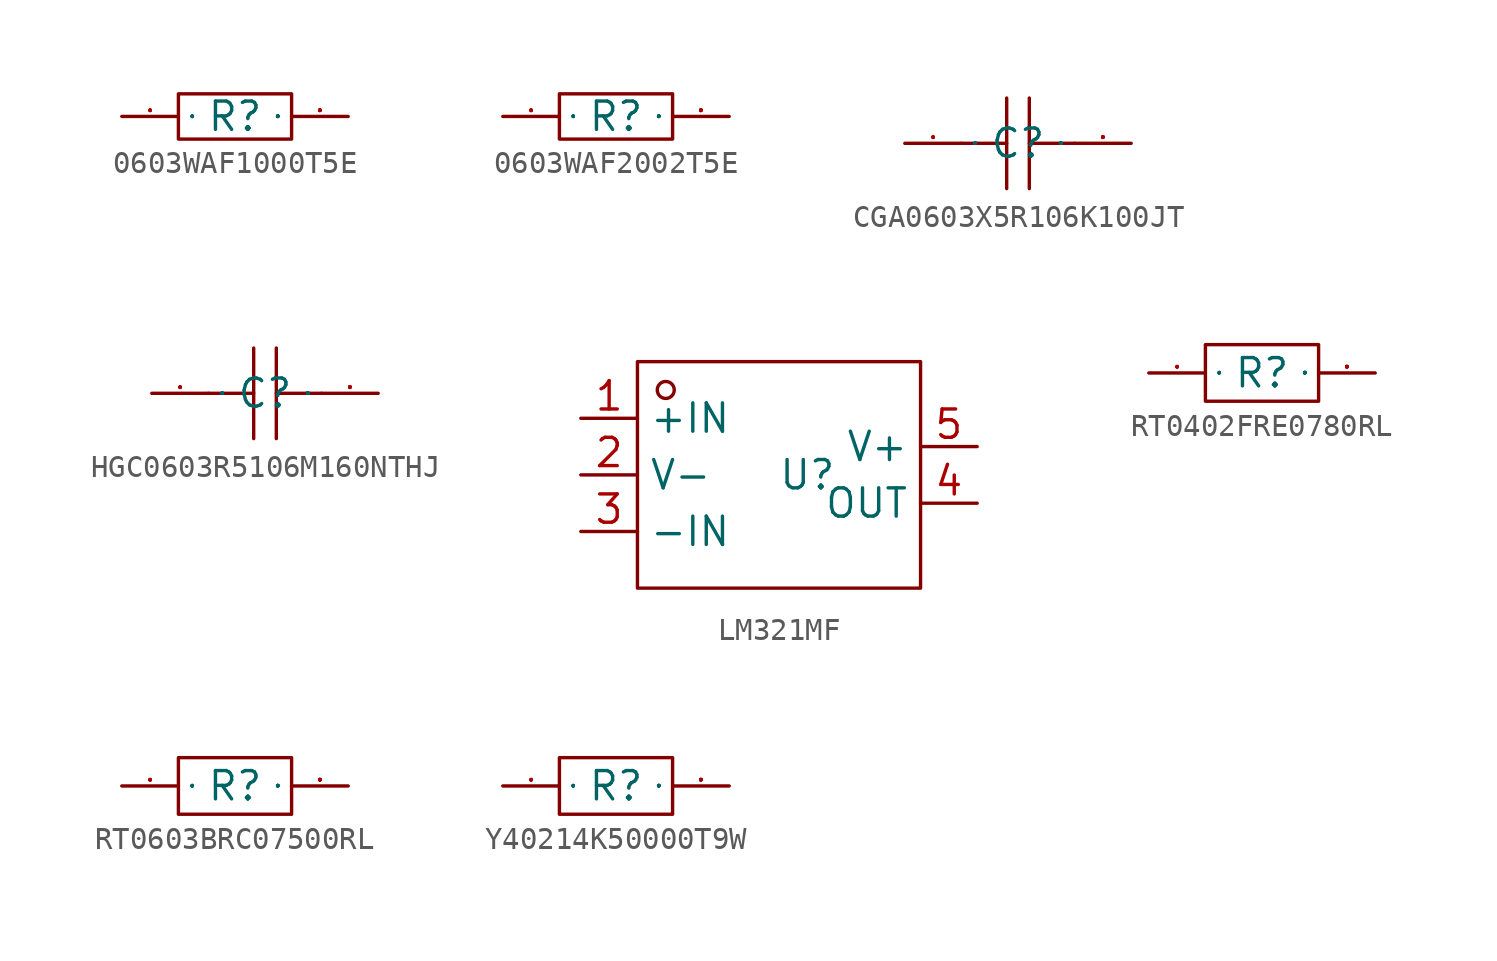
<source format=kicad_sym>
(kicad_symbol_lib
  (version 20231120)
  (generator "kicad_symbol_editor")
  (generator_version "8.0")
  (symbol "0603WAF1000T5E"
    (property "Reference" "R"
      (at 0 0 0)
      (effects (font (size 1.27 1.27))))
    (symbol "0603WAF1000T5E_1_0"
      (rectangle (start -2.54 -1.016) (end 2.54 1.016) (stroke (width 0) (type default)) (fill (type none)))
      (pin input line (at -5.08 0 0) (length 2.54) (name "1" (effects (font (size 0.025 0.025)))) (number "1" (effects (font (size 0.025 0.025)))))
      (pin input line (at 5.08 0 180) (length 2.54) (name "2" (effects (font (size 0.025 0.025)))) (number "2" (effects (font (size 0.025 0.025)))))))
  (symbol "0603WAF2002T5E"
    (property "Reference" "R"
      (at 0 0 0)
      (effects (font (size 1.27 1.27))))
    (symbol "0603WAF2002T5E_1_0"
      (rectangle (start -2.54 -1.016) (end 2.54 1.016) (stroke (width 0) (type default)) (fill (type none)))
      (pin input line (at -5.08 0 0) (length 2.54) (name "1" (effects (font (size 0.025 0.025)))) (number "1" (effects (font (size 0.025 0.025)))))
      (pin input line (at 5.08 0 180) (length 2.54) (name "2" (effects (font (size 0.025 0.025)))) (number "2" (effects (font (size 0.025 0.025)))))))
  (symbol "CGA0603X5R106K100JT"
    (property "Reference" "C"
      (at 0 0 0)
      (effects (font (size 1.27 1.27))))
    (symbol "CGA0603X5R106K100JT_1_0"
      (polyline (pts (xy -0.508 -2.032) (xy -0.508 2.032)) (stroke (width 0) (type default)) (fill (type none)))
      (polyline (pts (xy -0.508 0) (xy -2.54 0)) (stroke (width 0) (type default)) (fill (type none)))
      (polyline (pts (xy 0.508 2.032) (xy 0.508 -2.032)) (stroke (width 0) (type default)) (fill (type none)))
      (polyline (pts (xy 2.54 0) (xy 0.508 0)) (stroke (width 0) (type default)) (fill (type none)))
      (pin unspecified line (at -5.08 0 0) (length 2.54) (name "1" (effects (font (size 0.025 0.025)))) (number "1" (effects (font (size 0.025 0.025)))))
      (pin unspecified line (at 5.08 0 180) (length 2.54) (name "2" (effects (font (size 0.025 0.025)))) (number "2" (effects (font (size 0.025 0.025)))))))
  (symbol "HGC0603R5106M160NTHJ"
    (property "Reference" "C"
      (at 0 0 0)
      (effects (font (size 1.27 1.27))))
    (symbol "HGC0603R5106M160NTHJ_1_0"
      (polyline (pts (xy -0.508 -2.032) (xy -0.508 2.032)) (stroke (width 0) (type default)) (fill (type none)))
      (polyline (pts (xy -0.508 0) (xy -2.54 0)) (stroke (width 0) (type default)) (fill (type none)))
      (polyline (pts (xy 0.508 2.032) (xy 0.508 -2.032)) (stroke (width 0) (type default)) (fill (type none)))
      (polyline (pts (xy 2.54 0) (xy 0.508 0)) (stroke (width 0) (type default)) (fill (type none)))
      (pin unspecified line (at -5.08 0 0) (length 2.54) (name "1" (effects (font (size 0.025 0.025)))) (number "1" (effects (font (size 0.025 0.025)))))
      (pin unspecified line (at 5.08 0 180) (length 2.54) (name "2" (effects (font (size 0.025 0.025)))) (number "2" (effects (font (size 0.025 0.025)))))))
  (symbol "LM321MF"
    (property "Reference" "U"
      (at 0 0 0)
      (effects (font (size 1.27 1.27))))
    (property "Value" ""
      (at 0 0 0)
      (effects (font (size 1.27 1.27))))
    (symbol "LM321MF_1_0"
      (rectangle (start -7.62 -5.08) (end 5.08 5.08) (stroke (width 0) (type default)) (fill (type none)))
      (circle (center -6.35 3.81) (radius 0.381) (stroke (width 0) (type default)) (fill (type none)))
      (pin unspecified line (at -10.16 2.54 0) (length 2.54) (name "+IN" (effects (font (size 1.27 1.27)))) (number "1" (effects (font (size 1.27 1.27)))))
      (pin unspecified line (at -10.16 0 0) (length 2.54) (name "V-" (effects (font (size 1.27 1.27)))) (number "2" (effects (font (size 1.27 1.27)))))
      (pin unspecified line (at -10.16 -2.54 0) (length 2.54) (name "-IN" (effects (font (size 1.27 1.27)))) (number "3" (effects (font (size 1.27 1.27)))))
      (pin unspecified line (at 7.62 -1.27 180) (length 2.54) (name "OUT" (effects (font (size 1.27 1.27)))) (number "4" (effects (font (size 1.27 1.27)))))
      (pin unspecified line (at 7.62 1.27 180) (length 2.54) (name "V+" (effects (font (size 1.27 1.27)))) (number "5" (effects (font (size 1.27 1.27)))))))
  (symbol "RT0402FRE0780RL"
    (property "Reference" "R"
      (at 0 0 0)
      (effects (font (size 1.27 1.27))))
    (symbol "RT0402FRE0780RL_1_0"
      (rectangle (start -2.54 -1.27) (end 2.54 1.27) (stroke (width 0) (type default)) (fill (type none)))
      (pin unspecified line (at -5.08 0 0) (length 2.54) (name "1" (effects (font (size 0.025 0.025)))) (number "1" (effects (font (size 0.025 0.025)))))
      (pin unspecified line (at 5.08 0 180) (length 2.54) (name "2" (effects (font (size 0.025 0.025)))) (number "2" (effects (font (size 0.025 0.025)))))))
  (symbol "RT0603BRC07500RL"
    (property "Reference" "R"
      (at 0 0 0)
      (effects (font (size 1.27 1.27))))
    (symbol "RT0603BRC07500RL_1_0"
      (rectangle (start -2.54 -1.27) (end 2.54 1.27) (stroke (width 0) (type default)) (fill (type none)))
      (pin unspecified line (at -5.08 0 0) (length 2.54) (name "1" (effects (font (size 0.025 0.025)))) (number "1" (effects (font (size 0.025 0.025)))))
      (pin unspecified line (at 5.08 0 180) (length 2.54) (name "2" (effects (font (size 0.025 0.025)))) (number "2" (effects (font (size 0.025 0.025)))))))
  (symbol "Y40214K50000T9W"
    (property "Reference" "R"
      (at 0 0 0)
      (effects (font (size 1.27 1.27))))
    (symbol "Y40214K50000T9W_1_0"
      (rectangle (start -2.54 -1.27) (end 2.54 1.27) (stroke (width 0) (type default)) (fill (type none)))
      (pin unspecified line (at -5.08 0 0) (length 2.54) (name "1" (effects (font (size 0.025 0.025)))) (number "1" (effects (font (size 0.025 0.025)))))
      (pin unspecified line (at 5.08 0 180) (length 2.54) (name "2" (effects (font (size 0.025 0.025)))) (number "2" (effects (font (size 0.025 0.025))))))))
</source>
